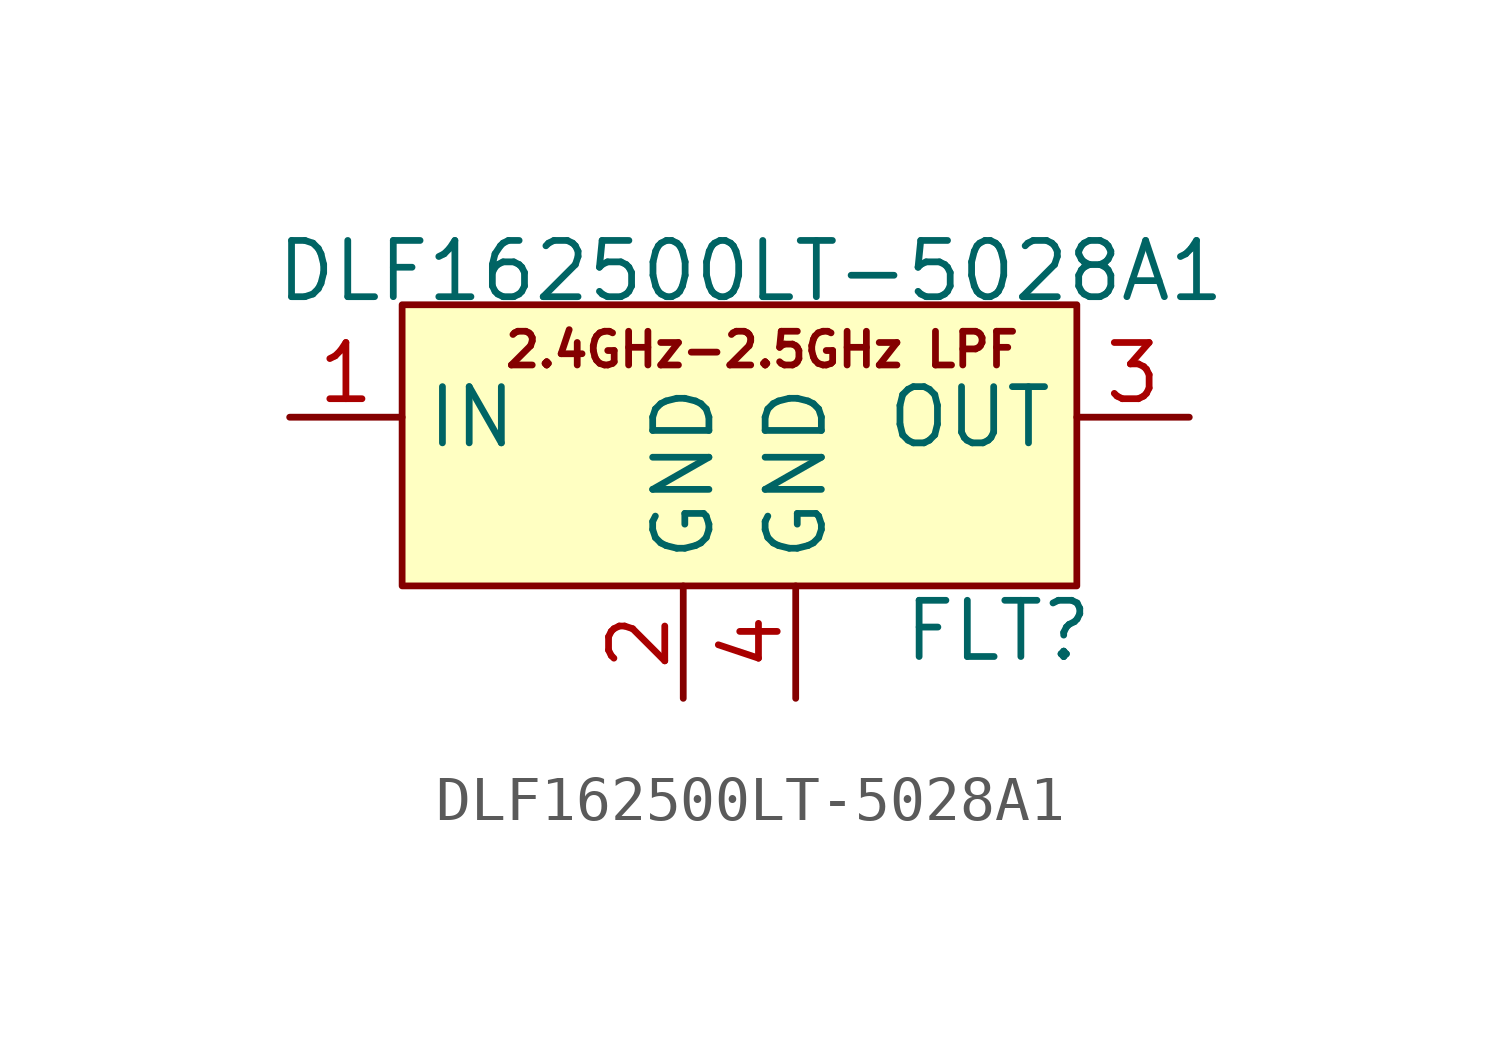
<source format=kicad_sym>
(kicad_symbol_lib
  (version 20241209)
  (generator "kicad_symbol_editor")
  (generator_version "9.0")
  (symbol "DLF162500LT-5028A1"
    (property "Reference" "FLT"
      (at 5.842 -4.826 0)
      (effects (font (size 1.27 1.27))))
    (property "Value" "DLF162500LT-5028A1"
      (at 0.254 3.302 0)
      (effects (font (size 1.27 1.27))))
    (symbol "DLF162500LT-5028A1_0_0"
      (pin passive line (at -10.16 0 0) (length 2.54) (name "IN" (effects (font (size 1.27 1.27)))) (number "1" (effects (font (size 1.27 1.27)))))
      (pin passive line (at -1.27 -6.35 90) (length 2.54) (name "GND" (effects (font (size 1.27 1.27)))) (number "2" (effects (font (size 1.27 1.27)))))
      (pin passive line (at 1.27 -6.35 90) (length 2.54) (name "GND" (effects (font (size 1.27 1.27)))) (number "4" (effects (font (size 1.27 1.27)))))
      (pin passive line (at 10.16 0 180) (length 2.54) (name "OUT" (effects (font (size 1.27 1.27)))) (number "3" (effects (font (size 1.27 1.27))))))
    (symbol "DLF162500LT-5028A1_1_1"
      (rectangle (start -7.62 2.54) (end 7.62 -3.81) (stroke (width 0) (type solid)) (fill (type background)))
      (text "2.4GHz-2.5GHz LPF\n" (at 0.508 1.524 0) (effects (font (size 0.762 0.762)))))))
</source>
